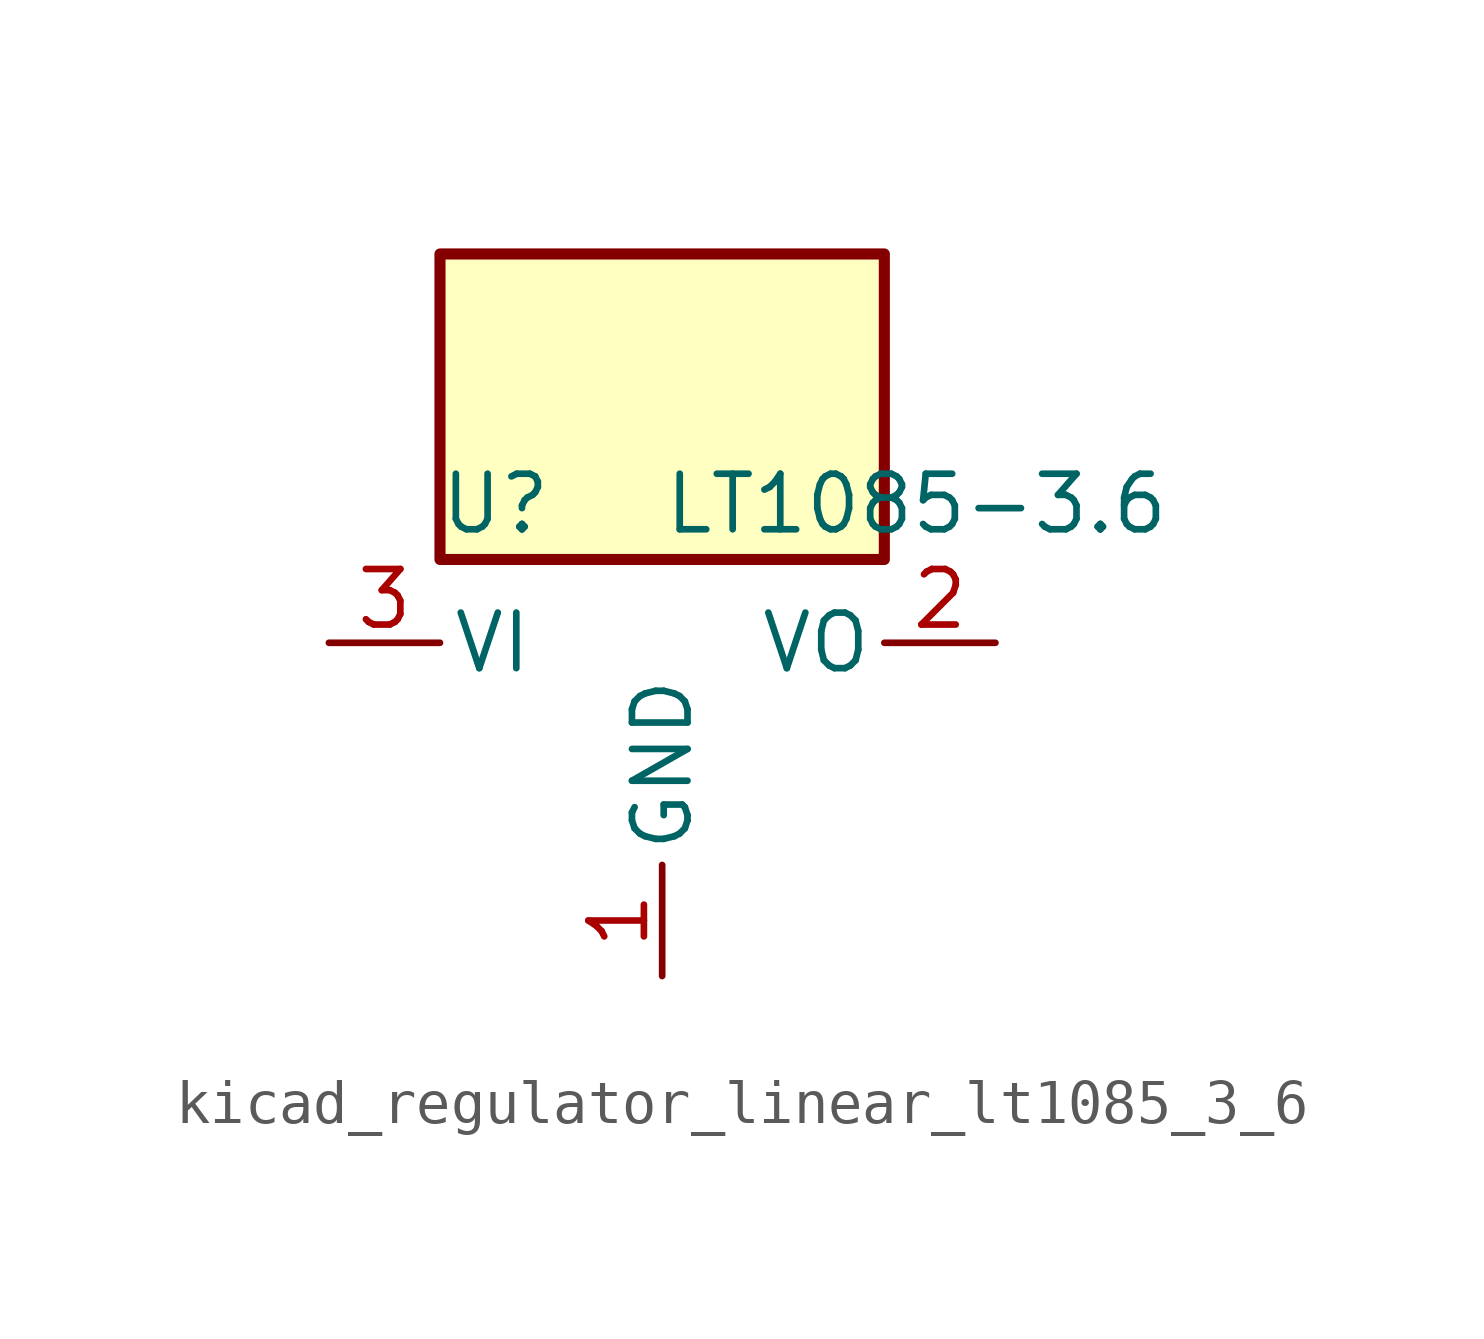
<source format=kicad_sym>
(kicad_symbol_lib
  (version 20220914)
  (generator kicad_symbol_editor)
  (symbol "kicad_regulator_linear_lt1085_3_6"
    (pin_names
      (offset 0.254))
    (property "Reference" "U"
      (at -3.81 3.175 0)
      (effects (font (size 1.27 1.27))))
    (property "Value" "LT1085-3.6"
      (at 0 3.175 0)
      (effects (font (size 1.27 1.27)) (justify left)))
    (symbol "kicad_regulator_linear_lt1085_3_6_0_1"
      (rectangle (start 5.08 8.89) (end -5.08 1.905) (stroke (width 0.254) (type default)) (fill (type background))))
    (symbol "kicad_regulator_linear_lt1085_3_6_1_1"
      (pin power_in line (at 0 -7.62 90) (length 2.54) (name "GND" (effects (font (size 1.27 1.27)))) (number "1" (effects (font (size 1.27 1.27)))))
      (pin power_out line (at 7.62 0 180) (length 2.54) (name "VO" (effects (font (size 1.27 1.27)))) (number "2" (effects (font (size 1.27 1.27)))))
      (pin power_in line (at -7.62 0 0) (length 2.54) (name "VI" (effects (font (size 1.27 1.27)))) (number "3" (effects (font (size 1.27 1.27))))))))
</source>
